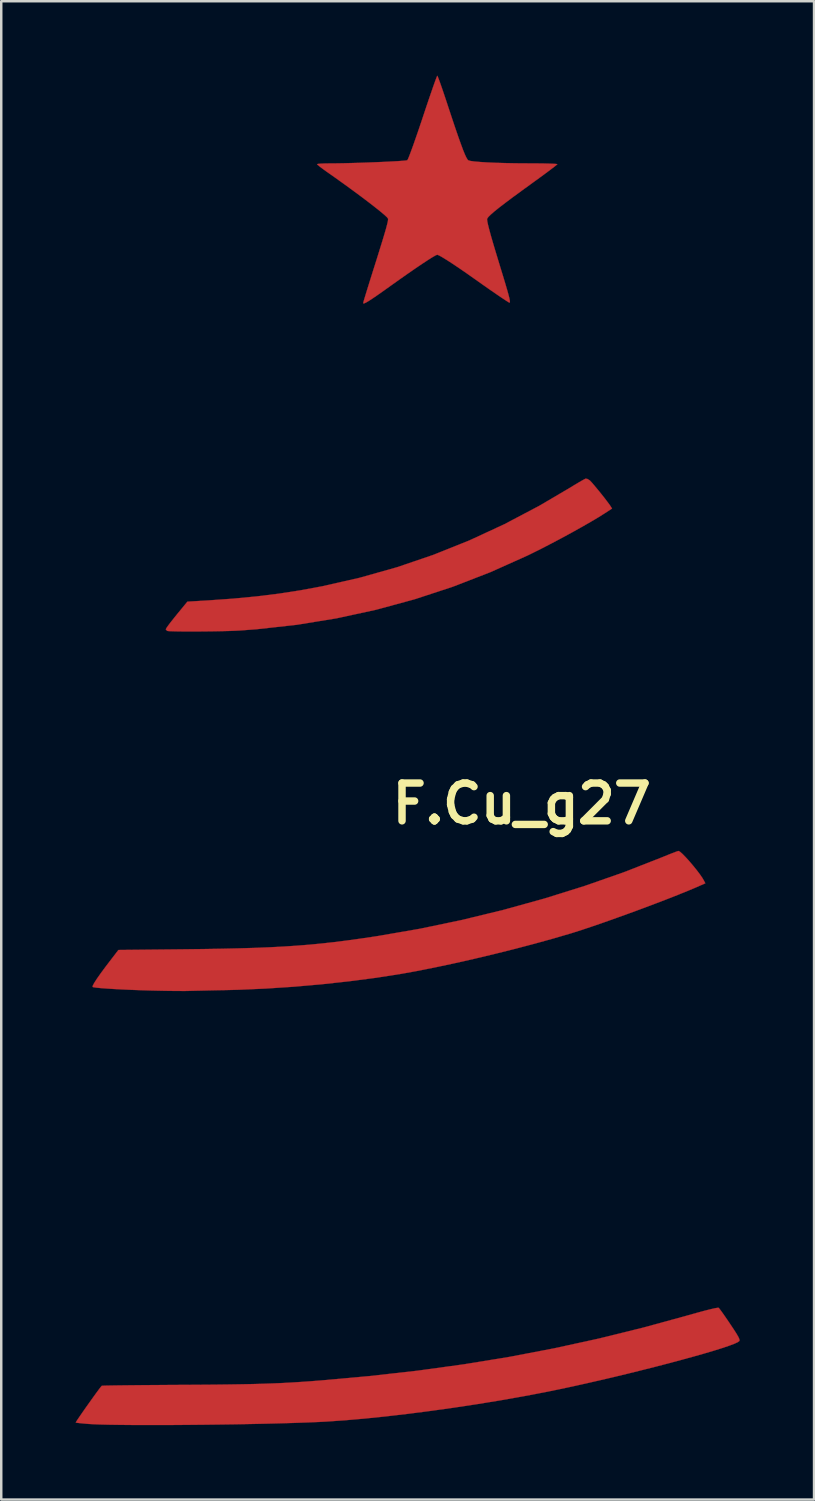
<source format=kicad_pcb>
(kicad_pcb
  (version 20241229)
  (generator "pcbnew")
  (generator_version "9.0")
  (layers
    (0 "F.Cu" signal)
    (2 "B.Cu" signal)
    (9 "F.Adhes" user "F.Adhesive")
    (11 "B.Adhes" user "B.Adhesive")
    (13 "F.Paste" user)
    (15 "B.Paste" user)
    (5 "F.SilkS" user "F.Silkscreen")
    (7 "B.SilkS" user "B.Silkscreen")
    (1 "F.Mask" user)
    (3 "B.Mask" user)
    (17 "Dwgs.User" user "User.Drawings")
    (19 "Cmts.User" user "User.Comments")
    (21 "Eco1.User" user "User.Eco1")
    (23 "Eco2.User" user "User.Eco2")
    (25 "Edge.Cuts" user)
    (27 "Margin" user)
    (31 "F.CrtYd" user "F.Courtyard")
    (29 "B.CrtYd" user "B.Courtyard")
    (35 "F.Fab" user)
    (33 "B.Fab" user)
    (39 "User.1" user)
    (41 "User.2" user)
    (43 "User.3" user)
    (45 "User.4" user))
  (footprint "F.Cu_g27"
    (layer "F.Cu")
    (at 17.989 29.363)
    (property "Reference" "F.Cu_g27" (at 0 0 0) (layer "F.SilkS") (effects (font (size 1.524 1.524) (thickness 0.3))))
    (attr through_hole)
    (fp_poly (pts (xy 2.656 -13.096) (xy 2.748 -13.037) (xy 2.755 -13.031) (xy 2.824 -12.957) (xy 2.931 -12.833) (xy 3.061 -12.676) (xy 3.202 -12.503) (xy 3.339 -12.33) (xy 3.458 -12.174) (xy 3.547 -12.054) (xy 3.572 -12.017) (xy 3.644 -11.905) (xy 3.357 -11.718) (xy 3.1 -11.556) (xy 2.781 -11.367) (xy 2.414 -11.157) (xy 2.015 -10.934) (xy 1.597 -10.707) (xy 1.175 -10.484) (xy 0.764 -10.272) (xy 0.378 -10.08) (xy 0.233 -10.009) (xy -1.258 -9.341) (xy -2.774 -8.753) (xy -4.314 -8.247) (xy -5.878 -7.822) (xy -7.464 -7.478) (xy -9.072 -7.216) (xy -10.701 -7.036) (xy -11.366 -6.986) (xy -11.563 -6.976) (xy -11.81 -6.967) (xy -12.093 -6.96) (xy -12.4 -6.954) (xy -12.72 -6.95) (xy -13.04 -6.947) (xy -13.349 -6.946) (xy -13.634 -6.947) (xy -13.883 -6.95) (xy -14.084 -6.955) (xy -14.226 -6.961) (xy -14.296 -6.97) (xy -14.298 -6.971) (xy -14.347 -7.022) (xy -14.351 -7.041) (xy -14.325 -7.089) (xy -14.254 -7.19) (xy -14.146 -7.332) (xy -14.012 -7.501) (xy -13.916 -7.62) (xy -13.482 -8.149) (xy -12.636 -8.2) (xy -11.636 -8.271) (xy -10.7 -8.36) (xy -9.807 -8.47) (xy -8.939 -8.604) (xy -8.074 -8.764) (xy -8.065 -8.765) (xy -6.532 -9.113) (xy -5.032 -9.536) (xy -3.561 -10.037) (xy -2.116 -10.616) (xy -0.693 -11.275) (xy 0.711 -12.016) (xy 1.859 -12.691) (xy 2.073 -12.821) (xy 2.265 -12.936) (xy 2.422 -13.027) (xy 2.532 -13.088) (xy 2.58 -13.111) (xy 2.656 -13.096)) (stroke (width 0.01) (type solid)) (fill yes) (layer "F.Cu"))
    (fp_poly (pts (xy 6.385 1.937) (xy 6.484 2.024) (xy 6.611 2.154) (xy 6.756 2.314) (xy 6.907 2.491) (xy 7.054 2.673) (xy 7.186 2.846) (xy 7.29 2.998) (xy 7.347 3.095) (xy 7.406 3.209) (xy 7.016 3.38) (xy 6.69 3.517) (xy 6.297 3.676) (xy 5.852 3.851) (xy 5.369 4.036) (xy 4.861 4.227) (xy 4.342 4.418) (xy 3.826 4.604) (xy 3.328 4.781) (xy 2.861 4.942) (xy 2.44 5.083) (xy 2.077 5.199) (xy 2.011 5.22) (xy 1.301 5.428) (xy 0.536 5.64) (xy -0.268 5.852) (xy -1.094 6.058) (xy -1.923 6.256) (xy -2.74 6.44) (xy -3.526 6.607) (xy -4.264 6.753) (xy -4.847 6.858) (xy -5.867 7.018) (xy -6.948 7.159) (xy -8.065 7.281) (xy -9.195 7.38) (xy -10.316 7.454) (xy -11.404 7.502) (xy -11.917 7.515) (xy -12.244 7.521) (xy -12.565 7.528) (xy -12.863 7.535) (xy -13.122 7.541) (xy -13.327 7.546) (xy -13.441 7.549) (xy -13.587 7.552) (xy -13.801 7.551) (xy -14.069 7.549) (xy -14.374 7.545) (xy -14.7 7.538) (xy -15.007 7.531) (xy -15.388 7.519) (xy -15.76 7.505) (xy -16.113 7.489) (xy -16.439 7.472) (xy -16.727 7.454) (xy -16.968 7.436) (xy -17.151 7.418) (xy -17.267 7.401) (xy -17.305 7.389) (xy -17.298 7.338) (xy -17.239 7.226) (xy -17.13 7.057) (xy -16.975 6.836) (xy -16.775 6.566) (xy -16.687 6.45) (xy -16.264 5.898) (xy -13.688 5.871) (xy -12.85 5.861) (xy -12.086 5.848) (xy -11.389 5.832) (xy -10.748 5.813) (xy -10.155 5.789) (xy -9.6 5.76) (xy -9.073 5.725) (xy -8.566 5.685) (xy -8.068 5.637) (xy -7.572 5.582) (xy -7.066 5.518) (xy -6.543 5.446) (xy -5.992 5.365) (xy -5.779 5.332) (xy -4.109 5.043) (xy -2.428 4.692) (xy -0.75 4.285) (xy 0.91 3.825) (xy 2.539 3.316) (xy 4.121 2.763) (xy 5.641 2.168) (xy 5.71 2.14) (xy 5.915 2.056) (xy 6.094 1.986) (xy 6.231 1.934) (xy 6.312 1.907) (xy 6.325 1.905) (xy 6.385 1.937)) (stroke (width 0.01) (type solid)) (fill yes) (layer "F.Cu"))
    (fp_poly (pts (xy 7.944 20.329) (xy 7.983 20.375) (xy 8.06 20.479) (xy 8.166 20.629) (xy 8.294 20.814) (xy 8.407 20.982) (xy 8.561 21.213) (xy 8.671 21.386) (xy 8.741 21.509) (xy 8.778 21.592) (xy 8.785 21.645) (xy 8.778 21.667) (xy 8.713 21.715) (xy 8.572 21.78) (xy 8.36 21.859) (xy 8.085 21.952) (xy 7.752 22.056) (xy 7.367 22.17) (xy 6.937 22.292) (xy 6.468 22.421) (xy 5.966 22.556) (xy 5.438 22.693) (xy 4.889 22.832) (xy 4.326 22.972) (xy 3.755 23.11) (xy 3.182 23.244) (xy 2.614 23.374) (xy 2.057 23.498) (xy 1.517 23.613) (xy 1 23.719) (xy 0.96 23.727) (xy 0.077 23.895) (xy -0.84 24.057) (xy -1.776 24.21) (xy -2.72 24.353) (xy -3.661 24.485) (xy -4.586 24.604) (xy -5.482 24.708) (xy -6.339 24.796) (xy -7.143 24.866) (xy -7.883 24.917) (xy -8.191 24.933) (xy -8.653 24.952) (xy -9.164 24.97) (xy -9.716 24.986) (xy -10.3 25.001) (xy -10.909 25.014) (xy -11.536 25.026) (xy -12.171 25.035) (xy -12.808 25.043) (xy -13.439 25.049) (xy -14.054 25.054) (xy -14.648 25.056) (xy -15.211 25.056) (xy -15.735 25.054) (xy -16.214 25.049) (xy -16.638 25.043) (xy -17 25.034) (xy -17.293 25.022) (xy -17.483 25.011) (xy -17.676 24.994) (xy -17.835 24.978) (xy -17.944 24.965) (xy -17.984 24.956) (xy -17.965 24.919) (xy -17.905 24.826) (xy -17.812 24.689) (xy -17.696 24.521) (xy -17.564 24.332) (xy -17.425 24.137) (xy -17.289 23.946) (xy -17.163 23.772) (xy -17.057 23.628) (xy -16.978 23.525) (xy -16.936 23.476) (xy -16.934 23.474) (xy -16.887 23.471) (xy -16.763 23.467) (xy -16.567 23.463) (xy -16.306 23.459) (xy -15.987 23.455) (xy -15.616 23.451) (xy -15.2 23.447) (xy -14.746 23.444) (xy -14.261 23.44) (xy -13.75 23.437) (xy -13.71 23.437) (xy -13.006 23.433) (xy -12.376 23.428) (xy -11.812 23.421) (xy -11.305 23.413) (xy -10.844 23.404) (xy -10.421 23.392) (xy -10.026 23.378) (xy -9.65 23.362) (xy -9.282 23.342) (xy -8.915 23.319) (xy -8.538 23.293) (xy -8.141 23.262) (xy -8.128 23.261) (xy -6.134 23.082) (xy -4.205 22.865) (xy -2.328 22.607) (xy -0.491 22.307) (xy 1.318 21.961) (xy 3.111 21.569) (xy 4.901 21.127) (xy 6.668 20.643) (xy 7.04 20.538) (xy 7.356 20.452) (xy 7.609 20.388) (xy 7.795 20.345) (xy 7.909 20.327) (xy 7.944 20.329)) (stroke (width 0.01) (type solid)) (fill yes) (layer "F.Cu"))
    (fp_poly (pts (xy -3.384 -29.32) (xy -3.341 -29.211) (xy -3.28 -29.042) (xy -3.203 -28.822) (xy -3.116 -28.564) (xy -3.02 -28.276) (xy -3.007 -28.236) (xy -2.836 -27.719) (xy -2.689 -27.278) (xy -2.562 -26.909) (xy -2.454 -26.607) (xy -2.365 -26.367) (xy -2.291 -26.186) (xy -2.231 -26.058) (xy -2.184 -25.979) (xy -2.15 -25.946) (xy -2.064 -25.922) (xy -1.9 -25.9) (xy -1.669 -25.88) (xy -1.378 -25.862) (xy -1.036 -25.847) (xy -0.65 -25.836) (xy -0.23 -25.828) (xy 0.217 -25.825) (xy 0.307 -25.824) (xy 0.607 -25.823) (xy 0.876 -25.82) (xy 1.105 -25.814) (xy 1.282 -25.808) (xy 1.397 -25.8) (xy 1.438 -25.792) (xy 1.438 -25.792) (xy 1.405 -25.76) (xy 1.311 -25.685) (xy 1.166 -25.574) (xy 0.978 -25.434) (xy 0.755 -25.27) (xy 0.507 -25.09) (xy 0.454 -25.051) (xy 0.015 -24.733) (xy -0.358 -24.46) (xy -0.667 -24.228) (xy -0.917 -24.036) (xy -1.11 -23.88) (xy -1.251 -23.757) (xy -1.343 -23.665) (xy -1.39 -23.6) (xy -1.397 -23.574) (xy -1.388 -23.489) (xy -1.359 -23.351) (xy -1.31 -23.156) (xy -1.24 -22.899) (xy -1.146 -22.575) (xy -1.028 -22.181) (xy -0.885 -21.711) (xy -0.872 -21.667) (xy -0.751 -21.273) (xy -0.655 -20.954) (xy -0.581 -20.701) (xy -0.528 -20.509) (xy -0.493 -20.37) (xy -0.477 -20.279) (xy -0.476 -20.227) (xy -0.489 -20.208) (xy -0.513 -20.215) (xy -0.628 -20.287) (xy -0.802 -20.402) (xy -1.023 -20.552) (xy -1.28 -20.729) (xy -1.563 -20.927) (xy -1.86 -21.138) (xy -1.905 -21.169) (xy -2.214 -21.387) (xy -2.505 -21.587) (xy -2.769 -21.765) (xy -2.998 -21.914) (xy -3.185 -22.029) (xy -3.321 -22.106) (xy -3.398 -22.139) (xy -3.406 -22.14) (xy -3.468 -22.116) (xy -3.591 -22.046) (xy -3.77 -21.934) (xy -3.998 -21.784) (xy -4.268 -21.602) (xy -4.575 -21.39) (xy -4.911 -21.154) (xy -5.237 -20.922) (xy -5.561 -20.691) (xy -5.823 -20.507) (xy -6.028 -20.367) (xy -6.181 -20.268) (xy -6.289 -20.206) (xy -6.356 -20.177) (xy -6.388 -20.179) (xy -6.392 -20.192) (xy -6.38 -20.242) (xy -6.345 -20.363) (xy -6.29 -20.544) (xy -6.219 -20.775) (xy -6.135 -21.046) (xy -6.04 -21.347) (xy -5.994 -21.495) (xy -5.843 -21.972) (xy -5.718 -22.374) (xy -5.615 -22.707) (xy -5.534 -22.977) (xy -5.472 -23.19) (xy -5.429 -23.353) (xy -5.401 -23.47) (xy -5.389 -23.548) (xy -5.389 -23.592) (xy -5.391 -23.598) (xy -5.438 -23.657) (xy -5.548 -23.758) (xy -5.714 -23.897) (xy -5.93 -24.069) (xy -6.188 -24.269) (xy -6.483 -24.492) (xy -6.807 -24.732) (xy -7.155 -24.985) (xy -7.518 -25.245) (xy -7.862 -25.487) (xy -8.017 -25.599) (xy -8.144 -25.694) (xy -8.227 -25.763) (xy -8.253 -25.792) (xy -8.214 -25.803) (xy -8.106 -25.813) (xy -7.944 -25.82) (xy -7.744 -25.823) (xy -7.696 -25.823) (xy -7.453 -25.825) (xy -7.17 -25.83) (xy -6.859 -25.838) (xy -6.53 -25.847) (xy -6.195 -25.859) (xy -5.864 -25.872) (xy -5.55 -25.885) (xy -5.263 -25.9) (xy -5.015 -25.913) (xy -4.818 -25.927) (xy -4.681 -25.939) (xy -4.617 -25.95) (xy -4.615 -25.951) (xy -4.587 -25.998) (xy -4.536 -26.119) (xy -4.465 -26.307) (xy -4.375 -26.553) (xy -4.271 -26.85) (xy -4.153 -27.192) (xy -4.025 -27.571) (xy -3.992 -27.672) (xy -3.872 -28.032) (xy -3.76 -28.365) (xy -3.657 -28.664) (xy -3.569 -28.92) (xy -3.496 -29.125) (xy -3.442 -29.27) (xy -3.411 -29.347) (xy -3.404 -29.358) (xy -3.384 -29.32)) (stroke (width 0.01) (type solid)) (fill yes) (layer "F.Cu")))
  (gr_rect
    (start -3 -3)
    (end 29.779 57.424)
    (stroke (width 0.1) (type default))
    (fill no)
    (layer "Edge.Cuts")))
</source>
